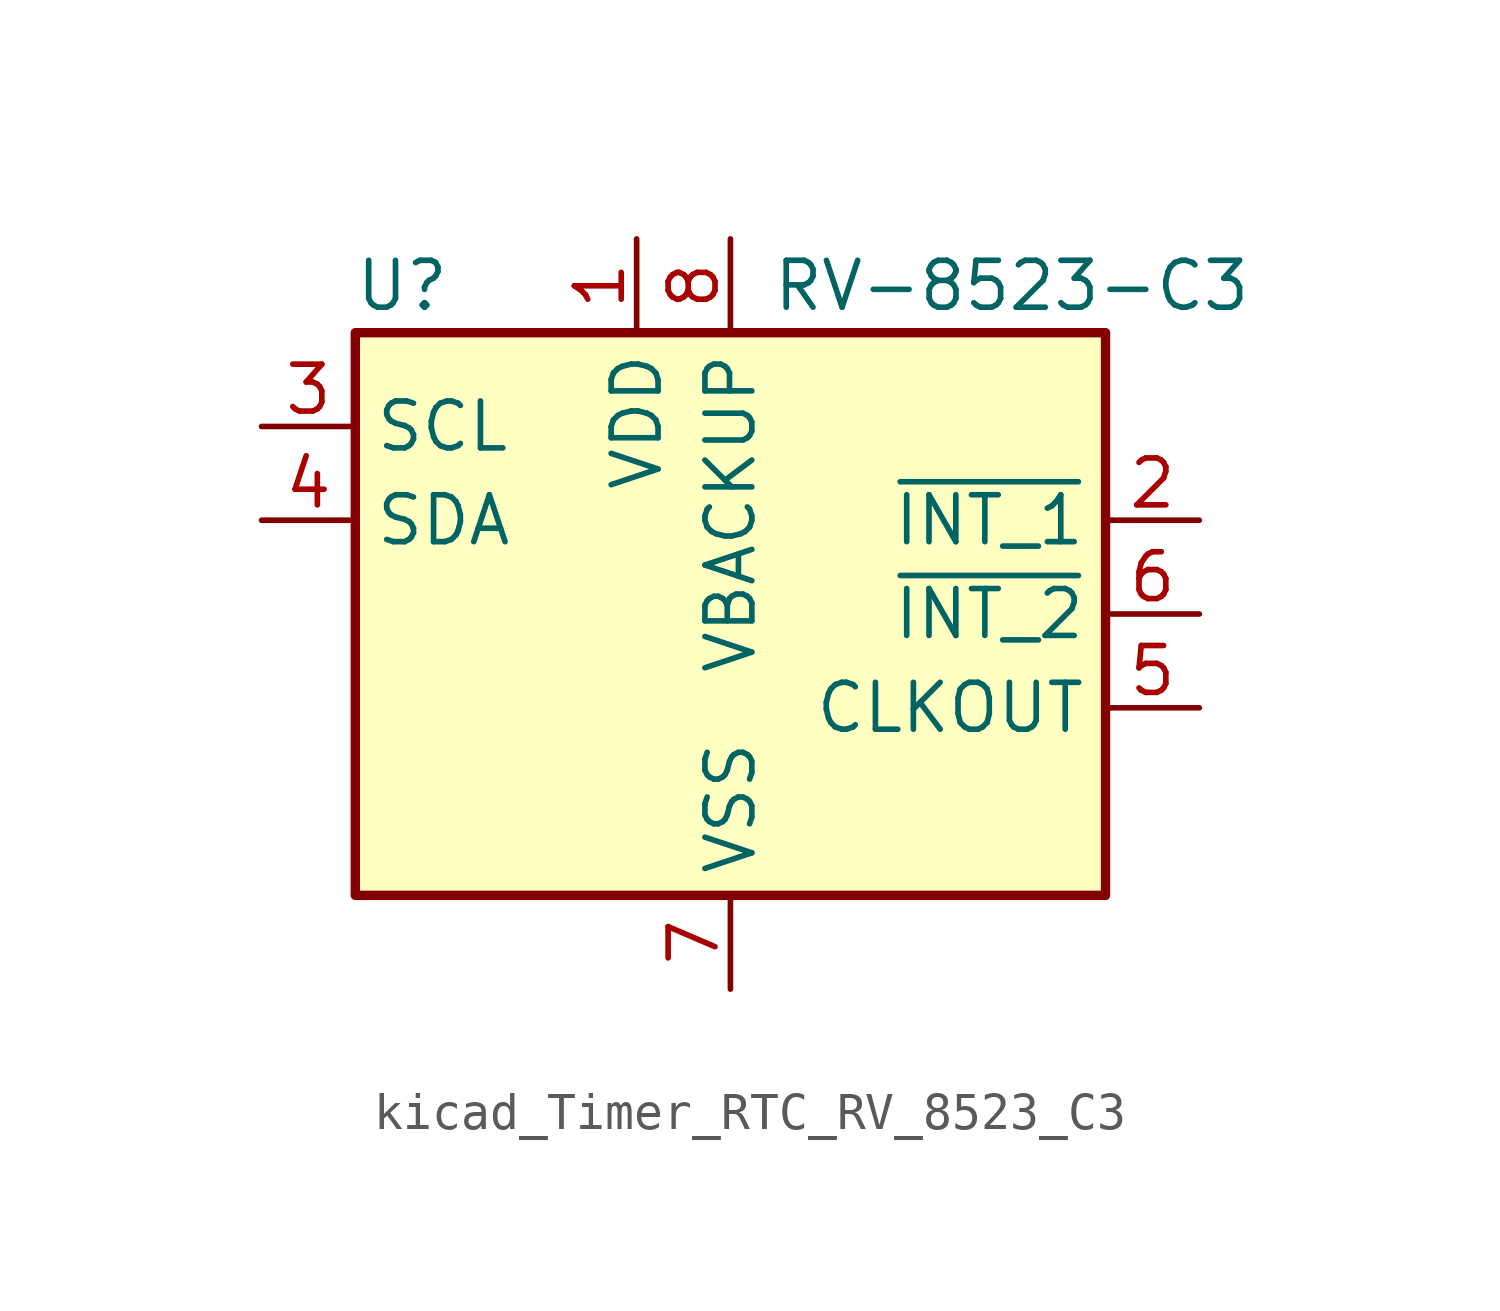
<source format=kicad_sym>
(kicad_symbol_lib
  (version 20220914)
  (generator kicad_symbol_editor)
  (symbol "kicad_Timer_RTC_RV_8523_C3"
    (property "Reference" "U"
      (at -8.89 8.89 0)
      (effects (font (size 1.27 1.27))))
    (property "Value" "RV-8523-C3"
      (at 7.62 8.89 0)
      (effects (font (size 1.27 1.27))))
    (symbol "kicad_Timer_RTC_RV_8523_C3_0_1"
      (rectangle (start 10.16 7.62) (end -10.16 -7.62) (stroke (width 0.254) (type default)) (fill (type background))))
    (symbol "kicad_Timer_RTC_RV_8523_C3_1_1"
      (pin power_in line (at -2.54 10.16 270) (length 2.54) (name "VDD" (effects (font (size 1.27 1.27)))) (number "1" (effects (font (size 1.27 1.27)))))
      (pin no_connect line (at -10.16 -5.08 0) (length 2.54) hide (name "NC" (effects (font (size 1.27 1.27)))) (number "10" (effects (font (size 1.27 1.27)))))
      (pin open_collector line (at 12.7 2.54 180) (length 2.54) (name "~{INT_1}" (effects (font (size 1.27 1.27)))) (number "2" (effects (font (size 1.27 1.27)))))
      (pin input line (at -12.7 5.08 0) (length 2.54) (name "SCL" (effects (font (size 1.27 1.27)))) (number "3" (effects (font (size 1.27 1.27)))))
      (pin bidirectional line (at -12.7 2.54 0) (length 2.54) (name "SDA" (effects (font (size 1.27 1.27)))) (number "4" (effects (font (size 1.27 1.27)))))
      (pin open_collector line (at 12.7 -2.54 180) (length 2.54) (name "CLKOUT" (effects (font (size 1.27 1.27)))) (number "5" (effects (font (size 1.27 1.27)))))
      (pin open_collector line (at 12.7 0 180) (length 2.54) (name "~{INT_2}" (effects (font (size 1.27 1.27)))) (number "6" (effects (font (size 1.27 1.27)))))
      (pin power_in line (at 0 -10.16 90) (length 2.54) (name "VSS" (effects (font (size 1.27 1.27)))) (number "7" (effects (font (size 1.27 1.27)))))
      (pin power_in line (at 0 10.16 270) (length 2.54) (name "VBACKUP" (effects (font (size 1.27 1.27)))) (number "8" (effects (font (size 1.27 1.27)))))
      (pin no_connect line (at -10.16 -2.54 0) (length 2.54) hide (name "NC" (effects (font (size 1.27 1.27)))) (number "9" (effects (font (size 1.27 1.27))))))))
</source>
